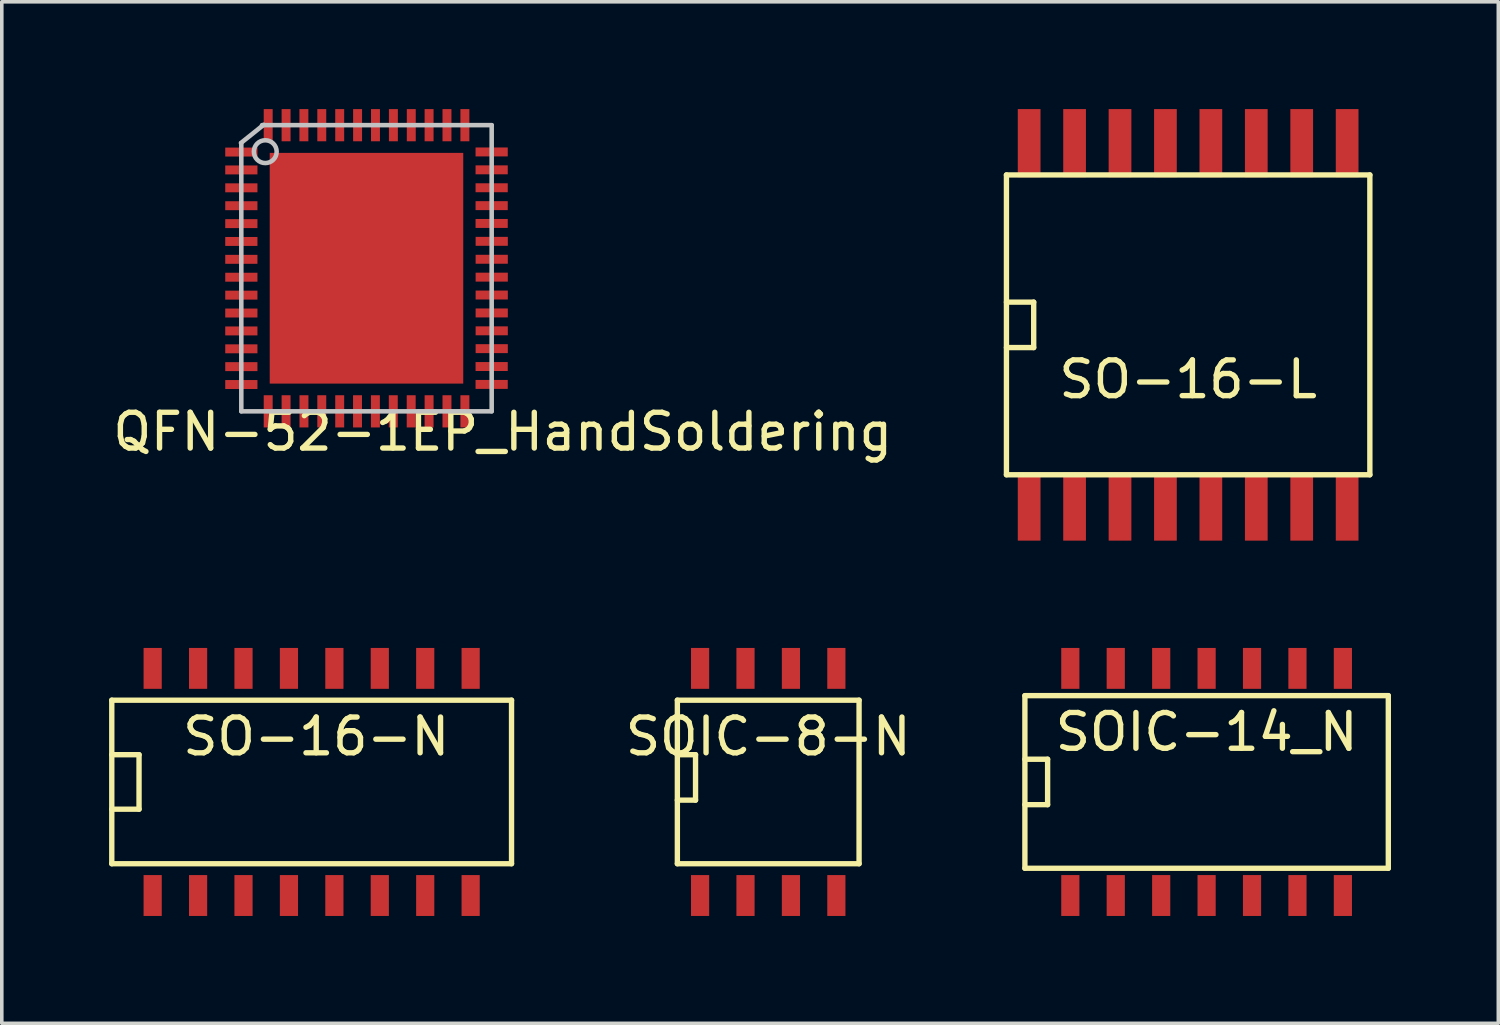
<source format=kicad_pcb>
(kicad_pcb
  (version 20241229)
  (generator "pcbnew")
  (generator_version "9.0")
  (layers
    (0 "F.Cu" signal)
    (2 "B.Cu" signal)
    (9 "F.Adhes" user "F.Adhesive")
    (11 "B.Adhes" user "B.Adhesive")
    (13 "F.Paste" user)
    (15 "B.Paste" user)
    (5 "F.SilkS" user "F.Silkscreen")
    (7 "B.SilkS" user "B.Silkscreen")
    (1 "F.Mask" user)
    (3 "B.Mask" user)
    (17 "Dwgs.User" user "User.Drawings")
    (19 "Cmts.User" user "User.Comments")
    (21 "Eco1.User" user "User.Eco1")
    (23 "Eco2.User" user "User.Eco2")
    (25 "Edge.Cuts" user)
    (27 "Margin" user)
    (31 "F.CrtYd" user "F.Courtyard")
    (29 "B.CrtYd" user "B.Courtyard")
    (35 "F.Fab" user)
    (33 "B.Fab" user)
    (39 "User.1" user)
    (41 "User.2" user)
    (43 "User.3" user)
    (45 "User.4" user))
  (footprint "SOIC-14_N"
    (layer "F.Cu")
    (at 30.683 18.684)
    (property "Reference" "SOIC-14_N" (at 0 -1.27 0) (layer "F.SilkS") (effects (font (size 1 1) (thickness 0.15))))
    (attr smd)
    (fp_line (start -5.08 -2.286) (end 5.08 -2.286) (stroke (width 0.15) (type solid)) (layer "F.SilkS"))
    (fp_line (start -5.08 -0.508) (end -4.445 -0.508) (stroke (width 0.15) (type solid)) (layer "F.SilkS"))
    (fp_line (start -5.08 2.54) (end -5.08 -2.286) (stroke (width 0.15) (type solid)) (layer "F.SilkS"))
    (fp_line (start -4.445 -0.508) (end -4.445 0.762) (stroke (width 0.15) (type solid)) (layer "F.SilkS"))
    (fp_line (start -4.445 0.762) (end -5.08 0.762) (stroke (width 0.15) (type solid)) (layer "F.SilkS"))
    (fp_line (start 5.08 -2.286) (end 5.08 2.54) (stroke (width 0.15) (type solid)) (layer "F.SilkS"))
    (fp_line (start 5.08 2.54) (end -5.08 2.54) (stroke (width 0.15) (type solid)) (layer "F.SilkS"))
    (pad "1" smd rect (at -3.81 3.302) (size 0.508 1.143) (layers "F.Cu" "F.Mask" "F.Paste"))
    (pad "2" smd rect (at -2.54 3.302) (size 0.508 1.143) (layers "F.Cu" "F.Mask" "F.Paste"))
    (pad "3" smd rect (at -1.27 3.302) (size 0.508 1.143) (layers "F.Cu" "F.Mask" "F.Paste"))
    (pad "4" smd rect (at 0 3.302) (size 0.508 1.143) (layers "F.Cu" "F.Mask" "F.Paste"))
    (pad "5" smd rect (at 1.27 3.302) (size 0.508 1.143) (layers "F.Cu" "F.Mask" "F.Paste"))
    (pad "6" smd rect (at 2.54 3.302) (size 0.508 1.143) (layers "F.Cu" "F.Mask" "F.Paste"))
    (pad "7" smd rect (at 3.81 3.302) (size 0.508 1.143) (layers "F.Cu" "F.Mask" "F.Paste"))
    (pad "8" smd rect (at 3.81 -3.048) (size 0.508 1.143) (layers "F.Cu" "F.Mask" "F.Paste"))
    (pad "9" smd rect (at 2.54 -3.048) (size 0.508 1.143) (layers "F.Cu" "F.Mask" "F.Paste"))
    (pad "10" smd rect (at 1.27 -3.048) (size 0.508 1.143) (layers "F.Cu" "F.Mask" "F.Paste"))
    (pad "11" smd rect (at 0 -3.048) (size 0.508 1.143) (layers "F.Cu" "F.Mask" "F.Paste"))
    (pad "12" smd rect (at -1.27 -3.048) (size 0.508 1.143) (layers "F.Cu" "F.Mask" "F.Paste"))
    (pad "13" smd rect (at -2.54 -3.048) (size 0.508 1.143) (layers "F.Cu" "F.Mask" "F.Paste"))
    (pad "14" smd rect (at -3.81 -3.048) (size 0.508 1.143) (layers "F.Cu" "F.Mask" "F.Paste")))
  (footprint "QFN-52-1EP_HandSoldering"
    (layer "F.Cu")
    (at 7.196 4.449)
    (property "Reference" "QFN-52-1EP_HandSoldering" (at 3.81 4.572 0) (layer "F.SilkS") (effects (font (size 1 1) (thickness 0.15))))
    (attr smd)
    (fp_line (start -3.5 4) (end -3.5 -3.5) (stroke (width 0.127) (type solid)) (layer "Dwgs.User"))
    (fp_line (start -2.921 -4) (end 3.5 -4) (stroke (width 0.127) (type solid)) (layer "Dwgs.User"))
    (fp_line (start -2.875 -4.01) (end -3.51 -3.502) (stroke (width 0.127) (type solid)) (layer "Dwgs.User"))
    (fp_line (start 3.5 -4) (end 3.5 4) (stroke (width 0.127) (type solid)) (layer "Dwgs.User"))
    (fp_line (start 3.5 4) (end -3.5 4) (stroke (width 0.127) (type solid)) (layer "Dwgs.User"))
    (fp_circle (center -2.83 -3.259) (end -2.932 -3.561) (stroke (width 0.127) (type solid)) (fill no) (layer "Dwgs.User"))
    (pad "1" smd rect (at -3.499 -3.248) (size 0.9 0.25) (layers "F.Cu" "F.Mask" "F.Paste"))
    (pad "2" smd rect (at -3.499 -2.748) (size 0.9 0.25) (layers "F.Cu" "F.Mask" "F.Paste"))
    (pad "3" smd rect (at -3.499 -2.248) (size 0.9 0.25) (layers "F.Cu" "F.Mask" "F.Paste"))
    (pad "4" smd rect (at -3.499 -1.748) (size 0.9 0.25) (layers "F.Cu" "F.Mask" "F.Paste"))
    (pad "5" smd rect (at -3.499 -1.247) (size 0.9 0.25) (layers "F.Cu" "F.Mask" "F.Paste"))
    (pad "6" smd rect (at -3.499 -0.749) (size 0.9 0.25) (layers "F.Cu" "F.Mask" "F.Paste"))
    (pad "7" smd rect (at -3.499 -0.249) (size 0.9 0.25) (layers "F.Cu" "F.Mask" "F.Paste"))
    (pad "8" smd rect (at -3.499 0.251) (size 0.9 0.25) (layers "F.Cu" "F.Mask" "F.Paste"))
    (pad "9" smd rect (at -3.499 0.752) (size 0.9 0.25) (layers "F.Cu" "F.Mask" "F.Paste"))
    (pad "10" smd rect (at -3.499 1.252) (size 0.9 0.25) (layers "F.Cu" "F.Mask" "F.Paste"))
    (pad "11" smd rect (at -3.499 1.753) (size 0.9 0.25) (layers "F.Cu" "F.Mask" "F.Paste"))
    (pad "12" smd rect (at -3.499 2.253) (size 0.9 0.25) (layers "F.Cu" "F.Mask" "F.Paste"))
    (pad "13" smd rect (at -3.499 2.751) (size 0.9 0.25) (layers "F.Cu" "F.Mask" "F.Paste"))
    (pad "14" smd rect (at -3.499 3.251) (size 0.9 0.25) (layers "F.Cu" "F.Mask" "F.Paste"))
    (pad "15" smd rect (at -2.748 4.001 90) (size 0.9 0.25) (layers "F.Cu" "F.Mask" "F.Paste"))
    (pad "16" smd rect (at -2.248 4.001 90) (size 0.9 0.25) (layers "F.Cu" "F.Mask" "F.Paste"))
    (pad "17" smd rect (at -1.748 4.001 90) (size 0.9 0.25) (layers "F.Cu" "F.Mask" "F.Paste"))
    (pad "18" smd rect (at -1.25 4.001 90) (size 0.9 0.25) (layers "F.Cu" "F.Mask" "F.Paste"))
    (pad "19" smd rect (at -0.749 4.001 90) (size 0.9 0.25) (layers "F.Cu" "F.Mask" "F.Paste"))
    (pad "20" smd rect (at -0.251 4.001 90) (size 0.9 0.25) (layers "F.Cu" "F.Mask" "F.Paste"))
    (pad "21" smd rect (at 0.249 4.001 90) (size 0.9 0.25) (layers "F.Cu" "F.Mask" "F.Paste"))
    (pad "22" smd rect (at 0.749 4.001 90) (size 0.9 0.25) (layers "F.Cu" "F.Mask" "F.Paste"))
    (pad "23" smd rect (at 1.25 4.001 90) (size 0.9 0.25) (layers "F.Cu" "F.Mask" "F.Paste"))
    (pad "24" smd rect (at 1.75 4.001 90) (size 0.9 0.25) (layers "F.Cu" "F.Mask" "F.Paste"))
    (pad "25" smd rect (at 2.25 4.001 90) (size 0.9 0.25) (layers "F.Cu" "F.Mask" "F.Paste"))
    (pad "26" smd rect (at 2.751 4.001 90) (size 0.9 0.25) (layers "F.Cu" "F.Mask" "F.Paste"))
    (pad "27" smd rect (at 3.499 3.248) (size 0.9 0.25) (layers "F.Cu" "F.Mask" "F.Paste"))
    (pad "28" smd rect (at 3.499 2.748) (size 0.9 0.25) (layers "F.Cu" "F.Mask" "F.Paste"))
    (pad "29" smd rect (at 3.501 2.248) (size 0.9 0.25) (layers "F.Cu" "F.Mask" "F.Paste"))
    (pad "30" smd rect (at 3.501 1.75) (size 0.9 0.25) (layers "F.Cu" "F.Mask" "F.Paste"))
    (pad "31" smd rect (at 3.501 1.25) (size 0.9 0.25) (layers "F.Cu" "F.Mask" "F.Paste"))
    (pad "32" smd rect (at 3.501 0.749) (size 0.9 0.25) (layers "F.Cu" "F.Mask" "F.Paste"))
    (pad "33" smd rect (at 3.501 0.249) (size 0.9 0.25) (layers "F.Cu" "F.Mask" "F.Paste"))
    (pad "34" smd rect (at 3.501 -0.251) (size 0.9 0.25) (layers "F.Cu" "F.Mask" "F.Paste"))
    (pad "35" smd rect (at 3.501 -0.752) (size 0.9 0.25) (layers "F.Cu" "F.Mask" "F.Paste"))
    (pad "36" smd rect (at 3.499 -1.252) (size 0.9 0.25) (layers "F.Cu" "F.Mask" "F.Paste"))
    (pad "37" smd rect (at 3.499 -1.75) (size 0.9 0.25) (layers "F.Cu" "F.Mask" "F.Paste"))
    (pad "38" smd rect (at 3.499 -2.25) (size 0.9 0.25) (layers "F.Cu" "F.Mask" "F.Paste"))
    (pad "39" smd rect (at 3.499 -2.751) (size 0.9 0.25) (layers "F.Cu" "F.Mask" "F.Paste"))
    (pad "40" smd rect (at 3.499 -3.251) (size 0.9 0.25) (layers "F.Cu" "F.Mask" "F.Paste"))
    (pad "41" smd rect (at 2.751 -3.999 90) (size 0.9 0.25) (layers "F.Cu" "F.Mask" "F.Paste"))
    (pad "42" smd rect (at 2.25 -3.999 90) (size 0.9 0.25) (layers "F.Cu" "F.Mask" "F.Paste"))
    (pad "43" smd rect (at 1.75 -3.999 90) (size 0.9 0.25) (layers "F.Cu" "F.Mask" "F.Paste"))
    (pad "44" smd rect (at 1.252 -3.999 90) (size 0.9 0.25) (layers "F.Cu" "F.Mask" "F.Paste"))
    (pad "45" smd rect (at 0.752 -3.999 90) (size 0.9 0.25) (layers "F.Cu" "F.Mask" "F.Paste"))
    (pad "46" smd rect (at 0.251 -3.999 90) (size 0.9 0.25) (layers "F.Cu" "F.Mask" "F.Paste"))
    (pad "47" smd rect (at -0.249 -3.999 90) (size 0.9 0.25) (layers "F.Cu" "F.Mask" "F.Paste"))
    (pad "48" smd rect (at -0.749 -3.999 90) (size 0.9 0.25) (layers "F.Cu" "F.Mask" "F.Paste"))
    (pad "49" smd rect (at -1.25 -3.999 90) (size 0.9 0.25) (layers "F.Cu" "F.Mask" "F.Paste"))
    (pad "50" smd rect (at -1.75 -3.999 90) (size 0.9 0.25) (layers "F.Cu" "F.Mask" "F.Paste"))
    (pad "51" smd rect (at -2.248 -3.999 90) (size 0.9 0.25) (layers "F.Cu" "F.Mask" "F.Paste"))
    (pad "52" smd rect (at -2.748 -3.999 90) (size 0.9 0.25) (layers "F.Cu" "F.Mask" "F.Paste"))
    (pad "53" smd trapezoid (at 0 0) (size 5.41 6.45) (layers "F.Cu" "F.Mask" "F.Paste")))
  (footprint "SO-16-L"
    (layer "F.Cu")
    (at 30.167 6.032)
    (property "Reference" "SO-16-L" (at 0 1.524 0) (layer "F.SilkS") (effects (font (size 1 1) (thickness 0.15))))
    (attr smd)
    (fp_line (start -5.08 -4.191) (end 5.08 -4.191) (stroke (width 0.15) (type solid)) (layer "F.SilkS"))
    (fp_line (start -5.08 -0.635) (end -4.318 -0.635) (stroke (width 0.15) (type solid)) (layer "F.SilkS"))
    (fp_line (start -5.08 4.191) (end -5.08 -4.191) (stroke (width 0.15) (type solid)) (layer "F.SilkS"))
    (fp_line (start -4.318 -0.635) (end -4.318 0.635) (stroke (width 0.15) (type solid)) (layer "F.SilkS"))
    (fp_line (start -4.318 0.635) (end -5.08 0.635) (stroke (width 0.15) (type solid)) (layer "F.SilkS"))
    (fp_line (start 5.08 -4.191) (end 5.08 4.191) (stroke (width 0.15) (type solid)) (layer "F.SilkS"))
    (fp_line (start 5.08 4.191) (end -5.08 4.191) (stroke (width 0.15) (type solid)) (layer "F.SilkS"))
    (pad "1" smd rect (at -4.445 5.08) (size 0.635 1.905) (layers "F.Cu" "F.Mask" "F.Paste"))
    (pad "2" smd rect (at -3.175 5.08) (size 0.635 1.905) (layers "F.Cu" "F.Mask" "F.Paste"))
    (pad "3" smd rect (at -1.905 5.08) (size 0.635 1.905) (layers "F.Cu" "F.Mask" "F.Paste"))
    (pad "4" smd rect (at -0.635 5.08) (size 0.635 1.905) (layers "F.Cu" "F.Mask" "F.Paste"))
    (pad "5" smd rect (at 0.635 5.08) (size 0.635 1.905) (layers "F.Cu" "F.Mask" "F.Paste"))
    (pad "6" smd rect (at 1.905 5.08) (size 0.635 1.905) (layers "F.Cu" "F.Mask" "F.Paste"))
    (pad "7" smd rect (at 3.175 5.08) (size 0.635 1.905) (layers "F.Cu" "F.Mask" "F.Paste"))
    (pad "8" smd rect (at 4.445 5.08) (size 0.635 1.905) (layers "F.Cu" "F.Mask" "F.Paste"))
    (pad "9" smd rect (at 4.445 -5.08) (size 0.635 1.905) (layers "F.Cu" "F.Mask" "F.Paste"))
    (pad "10" smd rect (at 3.175 -5.08) (size 0.635 1.905) (layers "F.Cu" "F.Mask" "F.Paste"))
    (pad "11" smd rect (at 1.905 -5.08) (size 0.635 1.905) (layers "F.Cu" "F.Mask" "F.Paste"))
    (pad "12" smd rect (at 0.635 -5.08) (size 0.635 1.905) (layers "F.Cu" "F.Mask" "F.Paste"))
    (pad "13" smd rect (at -0.635 -5.08) (size 0.635 1.905) (layers "F.Cu" "F.Mask" "F.Paste"))
    (pad "14" smd rect (at -1.905 -5.08) (size 0.635 1.905) (layers "F.Cu" "F.Mask" "F.Paste"))
    (pad "15" smd rect (at -3.175 -5.08) (size 0.635 1.905) (layers "F.Cu" "F.Mask" "F.Paste"))
    (pad "16" smd rect (at -4.445 -5.08) (size 0.635 1.905) (layers "F.Cu" "F.Mask" "F.Paste")))
  (footprint "SO-16-N"
    (layer "F.Cu")
    (at 5.663 18.811)
    (property "Reference" "SO-16-N" (at 0.127 -1.27 0) (layer "F.SilkS") (effects (font (size 1 1) (thickness 0.15))))
    (attr smd)
    (fp_line (start -5.588 -2.286) (end 5.588 -2.286) (stroke (width 0.15) (type solid)) (layer "F.SilkS"))
    (fp_line (start -5.588 -0.762) (end -4.826 -0.762) (stroke (width 0.15) (type solid)) (layer "F.SilkS"))
    (fp_line (start -5.588 2.286) (end -5.588 -2.286) (stroke (width 0.15) (type solid)) (layer "F.SilkS"))
    (fp_line (start -4.826 -0.762) (end -4.826 0.762) (stroke (width 0.15) (type solid)) (layer "F.SilkS"))
    (fp_line (start -4.826 0.762) (end -5.588 0.762) (stroke (width 0.15) (type solid)) (layer "F.SilkS"))
    (fp_line (start 5.588 -2.286) (end 5.588 2.286) (stroke (width 0.15) (type solid)) (layer "F.SilkS"))
    (fp_line (start 5.588 2.286) (end -5.588 2.286) (stroke (width 0.15) (type solid)) (layer "F.SilkS"))
    (pad "1" smd rect (at -4.445 3.175) (size 0.508 1.143) (layers "F.Cu" "F.Mask" "F.Paste"))
    (pad "2" smd rect (at -3.175 3.175) (size 0.508 1.143) (layers "F.Cu" "F.Mask" "F.Paste"))
    (pad "3" smd rect (at -1.905 3.175) (size 0.508 1.143) (layers "F.Cu" "F.Mask" "F.Paste"))
    (pad "4" smd rect (at -0.635 3.175) (size 0.508 1.143) (layers "F.Cu" "F.Mask" "F.Paste"))
    (pad "5" smd rect (at 0.635 3.175) (size 0.508 1.143) (layers "F.Cu" "F.Mask" "F.Paste"))
    (pad "6" smd rect (at 1.905 3.175) (size 0.508 1.143) (layers "F.Cu" "F.Mask" "F.Paste"))
    (pad "7" smd rect (at 3.175 3.175) (size 0.508 1.143) (layers "F.Cu" "F.Mask" "F.Paste"))
    (pad "8" smd rect (at 4.445 3.175) (size 0.508 1.143) (layers "F.Cu" "F.Mask" "F.Paste"))
    (pad "9" smd rect (at 4.445 -3.175) (size 0.508 1.143) (layers "F.Cu" "F.Mask" "F.Paste"))
    (pad "10" smd rect (at 3.175 -3.175) (size 0.508 1.143) (layers "F.Cu" "F.Mask" "F.Paste"))
    (pad "11" smd rect (at 1.905 -3.175) (size 0.508 1.143) (layers "F.Cu" "F.Mask" "F.Paste"))
    (pad "12" smd rect (at 0.635 -3.175) (size 0.508 1.143) (layers "F.Cu" "F.Mask" "F.Paste"))
    (pad "13" smd rect (at -0.635 -3.175) (size 0.508 1.143) (layers "F.Cu" "F.Mask" "F.Paste"))
    (pad "14" smd rect (at -1.905 -3.175) (size 0.508 1.143) (layers "F.Cu" "F.Mask" "F.Paste"))
    (pad "15" smd rect (at -3.175 -3.175) (size 0.508 1.143) (layers "F.Cu" "F.Mask" "F.Paste"))
    (pad "16" smd rect (at -4.445 -3.175) (size 0.508 1.143) (layers "F.Cu" "F.Mask" "F.Paste")))
  (footprint "SOIC-8-N"
    (layer "F.Cu")
    (at 18.427 18.811)
    (property "Reference" "SOIC-8-N" (at 0 -1.27 0) (layer "F.SilkS") (effects (font (size 1 1) (thickness 0.15))))
    (attr smd)
    (fp_line (start -2.54 -2.286) (end 2.54 -2.286) (stroke (width 0.15) (type solid)) (layer "F.SilkS"))
    (fp_line (start -2.54 -0.762) (end -2.032 -0.762) (stroke (width 0.15) (type solid)) (layer "F.SilkS"))
    (fp_line (start -2.54 2.286) (end -2.54 -2.286) (stroke (width 0.15) (type solid)) (layer "F.SilkS"))
    (fp_line (start -2.032 -0.762) (end -2.032 0.508) (stroke (width 0.15) (type solid)) (layer "F.SilkS"))
    (fp_line (start -2.032 0.508) (end -2.54 0.508) (stroke (width 0.15) (type solid)) (layer "F.SilkS"))
    (fp_line (start 2.54 -2.286) (end 2.54 2.286) (stroke (width 0.15) (type solid)) (layer "F.SilkS"))
    (fp_line (start 2.54 2.286) (end -2.54 2.286) (stroke (width 0.15) (type solid)) (layer "F.SilkS"))
    (pad "1" smd rect (at -1.905 3.175) (size 0.508 1.143) (layers "F.Cu" "F.Mask" "F.Paste"))
    (pad "2" smd rect (at -0.635 3.175) (size 0.508 1.143) (layers "F.Cu" "F.Mask" "F.Paste"))
    (pad "3" smd rect (at 0.635 3.175) (size 0.508 1.143) (layers "F.Cu" "F.Mask" "F.Paste"))
    (pad "4" smd rect (at 1.905 3.175) (size 0.508 1.143) (layers "F.Cu" "F.Mask" "F.Paste"))
    (pad "5" smd rect (at 1.905 -3.175) (size 0.508 1.143) (layers "F.Cu" "F.Mask" "F.Paste"))
    (pad "6" smd rect (at 0.635 -3.175) (size 0.508 1.143) (layers "F.Cu" "F.Mask" "F.Paste"))
    (pad "7" smd rect (at -0.635 -3.175) (size 0.508 1.143) (layers "F.Cu" "F.Mask" "F.Paste"))
    (pad "8" smd rect (at -1.905 -3.175) (size 0.508 1.143) (layers "F.Cu" "F.Mask" "F.Paste")))
  (gr_rect
    (start -3 -3)
    (end 38.838 25.558)
    (stroke (width 0.1) (type default))
    (fill no)
    (layer "Edge.Cuts")))
</source>
